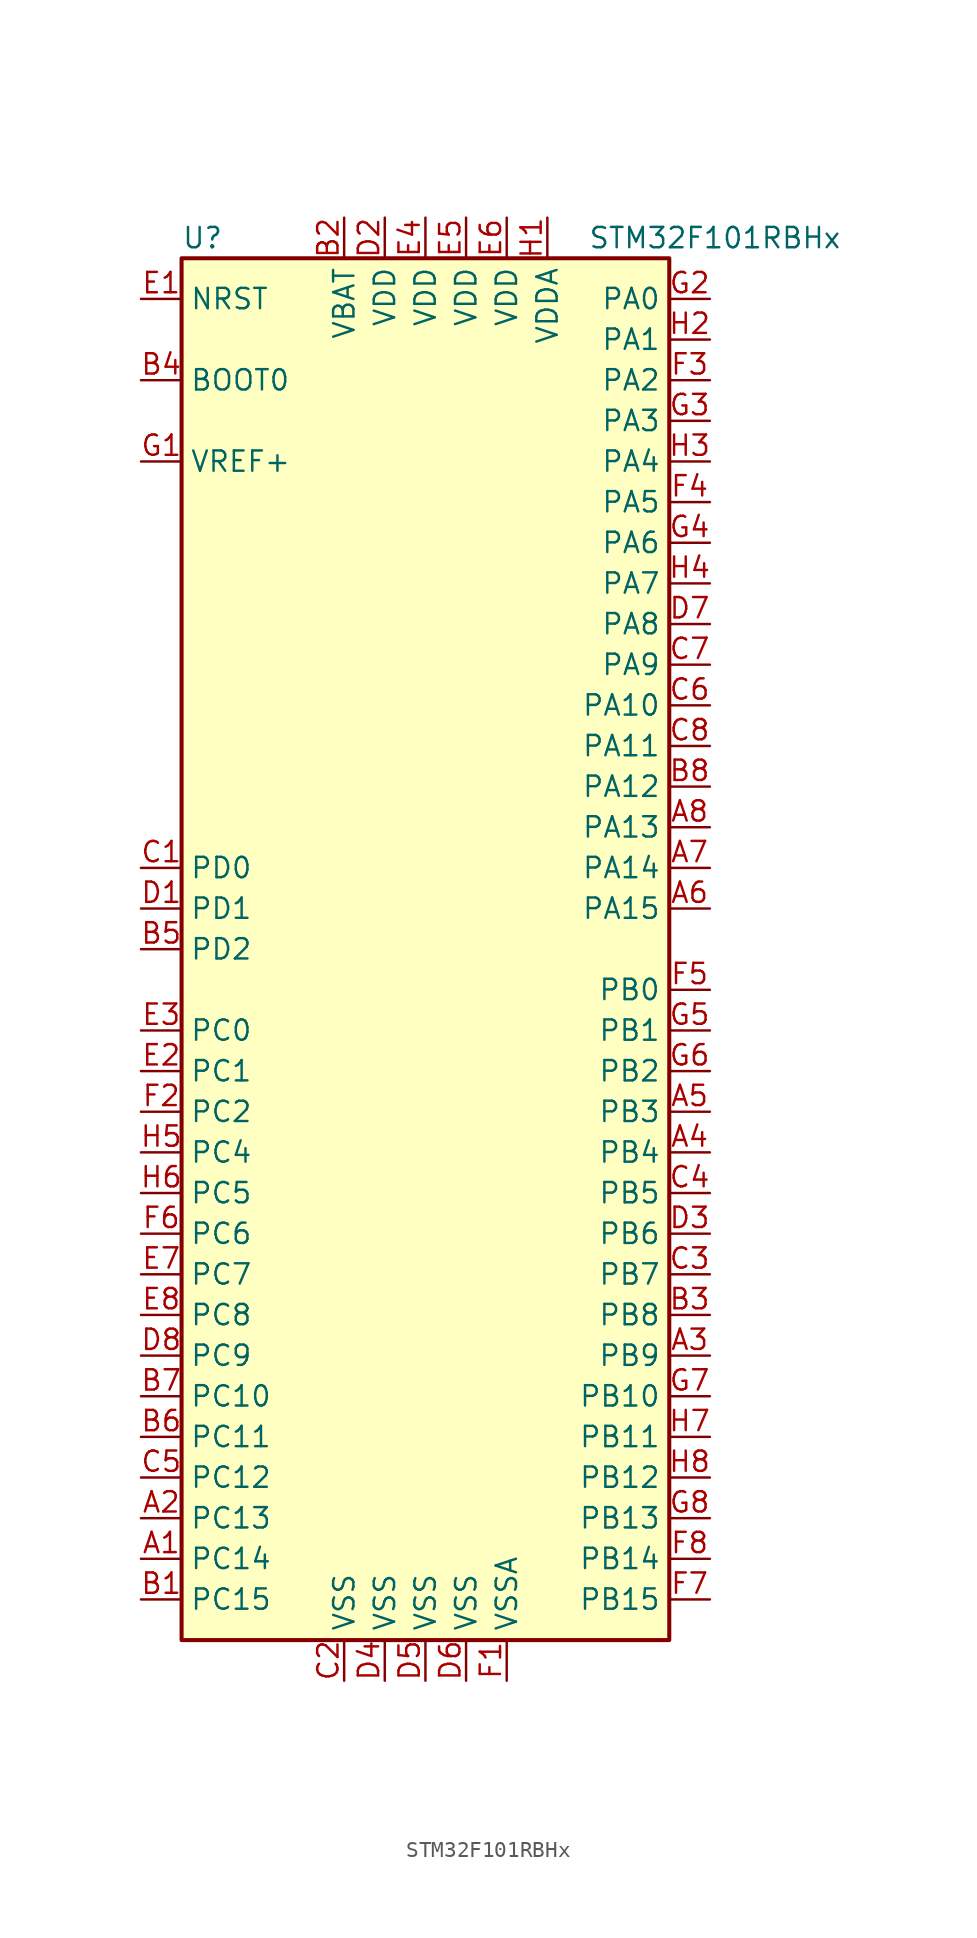
<source format=kicad_sym>
(kicad_symbol_lib
  (version 20211014)
  (generator kicad_symbol_editor)
  (symbol "STM32F101RBHx"
    (property "Reference" "U"
      (at -15.24 44.45 0)
      (effects (font (size 1.27 1.27)) (justify left)))
    (property "Value" "STM32F101RBHx"
      (at 10.16 44.45 0)
      (effects (font (size 1.27 1.27)) (justify left)))
    (symbol "STM32F101RBHx_0_1"
      (rectangle (start -15.24 -43.18) (end 15.24 43.18) (stroke (width 0.254) (type default) (color 0 0 0 0)) (fill (type background))))
    (symbol "STM32F101RBHx_1_1"
      (pin bidirectional line (at -17.78 -38.1 0) (length 2.54) (name "PC14" (effects (font (size 1.27 1.27)))) (number "A1" (effects (font (size 1.27 1.27)))))
      (pin bidirectional line (at -17.78 -35.56 0) (length 2.54) (name "PC13" (effects (font (size 1.27 1.27)))) (number "A2" (effects (font (size 1.27 1.27)))))
      (pin bidirectional line (at 17.78 -25.4 180) (length 2.54) (name "PB9" (effects (font (size 1.27 1.27)))) (number "A3" (effects (font (size 1.27 1.27)))))
      (pin bidirectional line (at 17.78 -12.7 180) (length 2.54) (name "PB4" (effects (font (size 1.27 1.27)))) (number "A4" (effects (font (size 1.27 1.27)))))
      (pin bidirectional line (at 17.78 -10.16 180) (length 2.54) (name "PB3" (effects (font (size 1.27 1.27)))) (number "A5" (effects (font (size 1.27 1.27)))))
      (pin bidirectional line (at 17.78 2.54 180) (length 2.54) (name "PA15" (effects (font (size 1.27 1.27)))) (number "A6" (effects (font (size 1.27 1.27)))))
      (pin bidirectional line (at 17.78 5.08 180) (length 2.54) (name "PA14" (effects (font (size 1.27 1.27)))) (number "A7" (effects (font (size 1.27 1.27)))))
      (pin bidirectional line (at 17.78 7.62 180) (length 2.54) (name "PA13" (effects (font (size 1.27 1.27)))) (number "A8" (effects (font (size 1.27 1.27)))))
      (pin bidirectional line (at -17.78 -40.64 0) (length 2.54) (name "PC15" (effects (font (size 1.27 1.27)))) (number "B1" (effects (font (size 1.27 1.27)))))
      (pin power_in line (at -5.08 45.72 270) (length 2.54) (name "VBAT" (effects (font (size 1.27 1.27)))) (number "B2" (effects (font (size 1.27 1.27)))))
      (pin bidirectional line (at 17.78 -22.86 180) (length 2.54) (name "PB8" (effects (font (size 1.27 1.27)))) (number "B3" (effects (font (size 1.27 1.27)))))
      (pin input line (at -17.78 35.56 0) (length 2.54) (name "BOOT0" (effects (font (size 1.27 1.27)))) (number "B4" (effects (font (size 1.27 1.27)))))
      (pin bidirectional line (at -17.78 0 0) (length 2.54) (name "PD2" (effects (font (size 1.27 1.27)))) (number "B5" (effects (font (size 1.27 1.27)))))
      (pin bidirectional line (at -17.78 -30.48 0) (length 2.54) (name "PC11" (effects (font (size 1.27 1.27)))) (number "B6" (effects (font (size 1.27 1.27)))))
      (pin bidirectional line (at -17.78 -27.94 0) (length 2.54) (name "PC10" (effects (font (size 1.27 1.27)))) (number "B7" (effects (font (size 1.27 1.27)))))
      (pin bidirectional line (at 17.78 10.16 180) (length 2.54) (name "PA12" (effects (font (size 1.27 1.27)))) (number "B8" (effects (font (size 1.27 1.27)))))
      (pin input line (at -17.78 5.08 0) (length 2.54) (name "PD0" (effects (font (size 1.27 1.27)))) (number "C1" (effects (font (size 1.27 1.27)))))
      (pin power_in line (at -5.08 -45.72 90) (length 2.54) (name "VSS" (effects (font (size 1.27 1.27)))) (number "C2" (effects (font (size 1.27 1.27)))))
      (pin bidirectional line (at 17.78 -20.32 180) (length 2.54) (name "PB7" (effects (font (size 1.27 1.27)))) (number "C3" (effects (font (size 1.27 1.27)))))
      (pin bidirectional line (at 17.78 -15.24 180) (length 2.54) (name "PB5" (effects (font (size 1.27 1.27)))) (number "C4" (effects (font (size 1.27 1.27)))))
      (pin bidirectional line (at -17.78 -33.02 0) (length 2.54) (name "PC12" (effects (font (size 1.27 1.27)))) (number "C5" (effects (font (size 1.27 1.27)))))
      (pin bidirectional line (at 17.78 15.24 180) (length 2.54) (name "PA10" (effects (font (size 1.27 1.27)))) (number "C6" (effects (font (size 1.27 1.27)))))
      (pin bidirectional line (at 17.78 17.78 180) (length 2.54) (name "PA9" (effects (font (size 1.27 1.27)))) (number "C7" (effects (font (size 1.27 1.27)))))
      (pin bidirectional line (at 17.78 12.7 180) (length 2.54) (name "PA11" (effects (font (size 1.27 1.27)))) (number "C8" (effects (font (size 1.27 1.27)))))
      (pin input line (at -17.78 2.54 0) (length 2.54) (name "PD1" (effects (font (size 1.27 1.27)))) (number "D1" (effects (font (size 1.27 1.27)))))
      (pin power_in line (at -2.54 45.72 270) (length 2.54) (name "VDD" (effects (font (size 1.27 1.27)))) (number "D2" (effects (font (size 1.27 1.27)))))
      (pin bidirectional line (at 17.78 -17.78 180) (length 2.54) (name "PB6" (effects (font (size 1.27 1.27)))) (number "D3" (effects (font (size 1.27 1.27)))))
      (pin power_in line (at -2.54 -45.72 90) (length 2.54) (name "VSS" (effects (font (size 1.27 1.27)))) (number "D4" (effects (font (size 1.27 1.27)))))
      (pin power_in line (at 0 -45.72 90) (length 2.54) (name "VSS" (effects (font (size 1.27 1.27)))) (number "D5" (effects (font (size 1.27 1.27)))))
      (pin power_in line (at 2.54 -45.72 90) (length 2.54) (name "VSS" (effects (font (size 1.27 1.27)))) (number "D6" (effects (font (size 1.27 1.27)))))
      (pin bidirectional line (at 17.78 20.32 180) (length 2.54) (name "PA8" (effects (font (size 1.27 1.27)))) (number "D7" (effects (font (size 1.27 1.27)))))
      (pin bidirectional line (at -17.78 -25.4 0) (length 2.54) (name "PC9" (effects (font (size 1.27 1.27)))) (number "D8" (effects (font (size 1.27 1.27)))))
      (pin input line (at -17.78 40.64 0) (length 2.54) (name "NRST" (effects (font (size 1.27 1.27)))) (number "E1" (effects (font (size 1.27 1.27)))))
      (pin bidirectional line (at -17.78 -7.62 0) (length 2.54) (name "PC1" (effects (font (size 1.27 1.27)))) (number "E2" (effects (font (size 1.27 1.27)))))
      (pin bidirectional line (at -17.78 -5.08 0) (length 2.54) (name "PC0" (effects (font (size 1.27 1.27)))) (number "E3" (effects (font (size 1.27 1.27)))))
      (pin power_in line (at 0 45.72 270) (length 2.54) (name "VDD" (effects (font (size 1.27 1.27)))) (number "E4" (effects (font (size 1.27 1.27)))))
      (pin power_in line (at 2.54 45.72 270) (length 2.54) (name "VDD" (effects (font (size 1.27 1.27)))) (number "E5" (effects (font (size 1.27 1.27)))))
      (pin power_in line (at 5.08 45.72 270) (length 2.54) (name "VDD" (effects (font (size 1.27 1.27)))) (number "E6" (effects (font (size 1.27 1.27)))))
      (pin bidirectional line (at -17.78 -20.32 0) (length 2.54) (name "PC7" (effects (font (size 1.27 1.27)))) (number "E7" (effects (font (size 1.27 1.27)))))
      (pin bidirectional line (at -17.78 -22.86 0) (length 2.54) (name "PC8" (effects (font (size 1.27 1.27)))) (number "E8" (effects (font (size 1.27 1.27)))))
      (pin power_in line (at 5.08 -45.72 90) (length 2.54) (name "VSSA" (effects (font (size 1.27 1.27)))) (number "F1" (effects (font (size 1.27 1.27)))))
      (pin bidirectional line (at -17.78 -10.16 0) (length 2.54) (name "PC2" (effects (font (size 1.27 1.27)))) (number "F2" (effects (font (size 1.27 1.27)))))
      (pin bidirectional line (at 17.78 35.56 180) (length 2.54) (name "PA2" (effects (font (size 1.27 1.27)))) (number "F3" (effects (font (size 1.27 1.27)))))
      (pin bidirectional line (at 17.78 27.94 180) (length 2.54) (name "PA5" (effects (font (size 1.27 1.27)))) (number "F4" (effects (font (size 1.27 1.27)))))
      (pin bidirectional line (at 17.78 -2.54 180) (length 2.54) (name "PB0" (effects (font (size 1.27 1.27)))) (number "F5" (effects (font (size 1.27 1.27)))))
      (pin bidirectional line (at -17.78 -17.78 0) (length 2.54) (name "PC6" (effects (font (size 1.27 1.27)))) (number "F6" (effects (font (size 1.27 1.27)))))
      (pin bidirectional line (at 17.78 -40.64 180) (length 2.54) (name "PB15" (effects (font (size 1.27 1.27)))) (number "F7" (effects (font (size 1.27 1.27)))))
      (pin bidirectional line (at 17.78 -38.1 180) (length 2.54) (name "PB14" (effects (font (size 1.27 1.27)))) (number "F8" (effects (font (size 1.27 1.27)))))
      (pin power_in line (at -17.78 30.48 0) (length 2.54) (name "VREF+" (effects (font (size 1.27 1.27)))) (number "G1" (effects (font (size 1.27 1.27)))))
      (pin bidirectional line (at 17.78 40.64 180) (length 2.54) (name "PA0" (effects (font (size 1.27 1.27)))) (number "G2" (effects (font (size 1.27 1.27)))))
      (pin bidirectional line (at 17.78 33.02 180) (length 2.54) (name "PA3" (effects (font (size 1.27 1.27)))) (number "G3" (effects (font (size 1.27 1.27)))))
      (pin bidirectional line (at 17.78 25.4 180) (length 2.54) (name "PA6" (effects (font (size 1.27 1.27)))) (number "G4" (effects (font (size 1.27 1.27)))))
      (pin bidirectional line (at 17.78 -5.08 180) (length 2.54) (name "PB1" (effects (font (size 1.27 1.27)))) (number "G5" (effects (font (size 1.27 1.27)))))
      (pin bidirectional line (at 17.78 -7.62 180) (length 2.54) (name "PB2" (effects (font (size 1.27 1.27)))) (number "G6" (effects (font (size 1.27 1.27)))))
      (pin bidirectional line (at 17.78 -27.94 180) (length 2.54) (name "PB10" (effects (font (size 1.27 1.27)))) (number "G7" (effects (font (size 1.27 1.27)))))
      (pin bidirectional line (at 17.78 -35.56 180) (length 2.54) (name "PB13" (effects (font (size 1.27 1.27)))) (number "G8" (effects (font (size 1.27 1.27)))))
      (pin power_in line (at 7.62 45.72 270) (length 2.54) (name "VDDA" (effects (font (size 1.27 1.27)))) (number "H1" (effects (font (size 1.27 1.27)))))
      (pin bidirectional line (at 17.78 38.1 180) (length 2.54) (name "PA1" (effects (font (size 1.27 1.27)))) (number "H2" (effects (font (size 1.27 1.27)))))
      (pin bidirectional line (at 17.78 30.48 180) (length 2.54) (name "PA4" (effects (font (size 1.27 1.27)))) (number "H3" (effects (font (size 1.27 1.27)))))
      (pin bidirectional line (at 17.78 22.86 180) (length 2.54) (name "PA7" (effects (font (size 1.27 1.27)))) (number "H4" (effects (font (size 1.27 1.27)))))
      (pin bidirectional line (at -17.78 -12.7 0) (length 2.54) (name "PC4" (effects (font (size 1.27 1.27)))) (number "H5" (effects (font (size 1.27 1.27)))))
      (pin bidirectional line (at -17.78 -15.24 0) (length 2.54) (name "PC5" (effects (font (size 1.27 1.27)))) (number "H6" (effects (font (size 1.27 1.27)))))
      (pin bidirectional line (at 17.78 -30.48 180) (length 2.54) (name "PB11" (effects (font (size 1.27 1.27)))) (number "H7" (effects (font (size 1.27 1.27)))))
      (pin bidirectional line (at 17.78 -33.02 180) (length 2.54) (name "PB12" (effects (font (size 1.27 1.27)))) (number "H8" (effects (font (size 1.27 1.27))))))))
</source>
